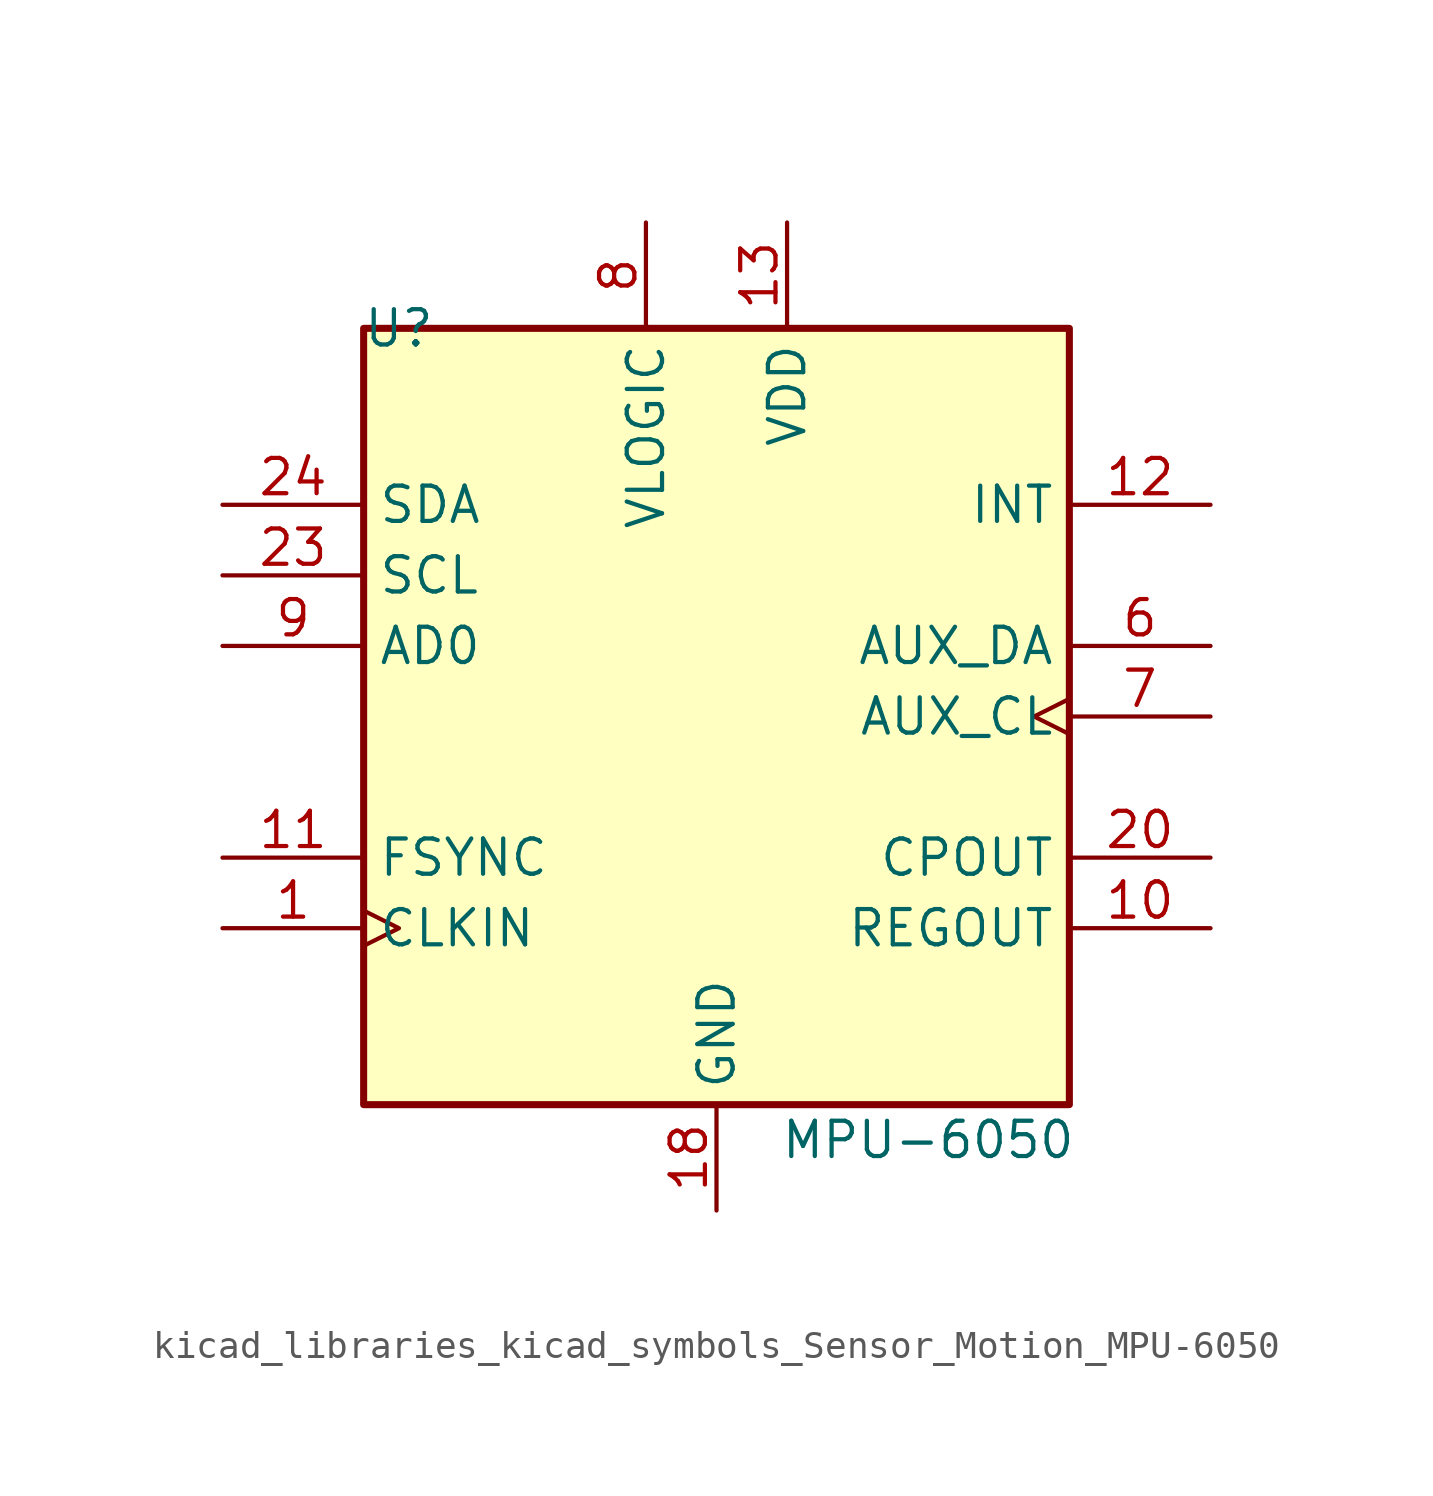
<source format=kicad_sym>
(kicad_symbol_lib
  (version 20220914)
  (generator kicad_symbol_editor)
  (symbol "kicad_libraries_kicad_symbols_Sensor_Motion_MPU-6050"
    (property "Reference" "U"
      (at -11.43 13.97 0)
      (effects (font (size 1.27 1.27))))
    (property "Value" "MPU-6050"
      (at 7.62 -15.24 0)
      (effects (font (size 1.27 1.27))))
    (symbol "kicad_libraries_kicad_symbols_Sensor_Motion_MPU-6050_0_0"
      (text "" (at 12.7 -2.54 0) (effects (font (size 1.27 1.27)))))
    (symbol "kicad_libraries_kicad_symbols_Sensor_Motion_MPU-6050_0_1"
      (rectangle (start -12.7 13.97) (end 12.7 -13.97) (stroke (width 0.254) (type default)) (fill (type background))))
    (symbol "kicad_libraries_kicad_symbols_Sensor_Motion_MPU-6050_1_1"
      (pin input clock (at -17.78 -7.62 0) (length 5.08) (name "CLKIN" (effects (font (size 1.27 1.27)))) (number "1" (effects (font (size 1.27 1.27)))))
      (pin passive line (at 17.78 -7.62 180) (length 5.08) (name "REGOUT" (effects (font (size 1.27 1.27)))) (number "10" (effects (font (size 1.27 1.27)))))
      (pin input line (at -17.78 -5.08 0) (length 5.08) (name "FSYNC" (effects (font (size 1.27 1.27)))) (number "11" (effects (font (size 1.27 1.27)))))
      (pin output line (at 17.78 7.62 180) (length 5.08) (name "INT" (effects (font (size 1.27 1.27)))) (number "12" (effects (font (size 1.27 1.27)))))
      (pin power_in line (at 2.54 17.78 270) (length 3.81) (name "VDD" (effects (font (size 1.27 1.27)))) (number "13" (effects (font (size 1.27 1.27)))))
      (pin no_connect line (at -12.7 -10.16 0) (length 2.54) hide (name "NC" (effects (font (size 1.27 1.27)))) (number "14" (effects (font (size 1.27 1.27)))))
      (pin no_connect line (at 12.7 12.7 180) (length 2.54) hide (name "NC" (effects (font (size 1.27 1.27)))) (number "15" (effects (font (size 1.27 1.27)))))
      (pin no_connect line (at 12.7 10.16 180) (length 2.54) hide (name "NC" (effects (font (size 1.27 1.27)))) (number "16" (effects (font (size 1.27 1.27)))))
      (pin no_connect line (at 12.7 5.08 180) (length 2.54) hide (name "NC" (effects (font (size 1.27 1.27)))) (number "17" (effects (font (size 1.27 1.27)))))
      (pin power_in line (at 0 -17.78 90) (length 3.81) (name "GND" (effects (font (size 1.27 1.27)))) (number "18" (effects (font (size 1.27 1.27)))))
      (pin no_connect line (at 12.7 -10.16 180) (length 2.54) hide (name "RESV" (effects (font (size 1.27 1.27)))) (number "19" (effects (font (size 1.27 1.27)))))
      (pin no_connect line (at -12.7 12.7 0) (length 2.54) hide (name "NC" (effects (font (size 1.27 1.27)))) (number "2" (effects (font (size 1.27 1.27)))))
      (pin passive line (at 17.78 -5.08 180) (length 5.08) (name "CPOUT" (effects (font (size 1.27 1.27)))) (number "20" (effects (font (size 1.27 1.27)))))
      (pin no_connect line (at 12.7 -2.54 180) (length 2.54) hide (name "RESV" (effects (font (size 1.27 1.27)))) (number "21" (effects (font (size 1.27 1.27)))))
      (pin no_connect line (at 12.7 -12.7 180) (length 2.54) hide (name "RESV" (effects (font (size 1.27 1.27)))) (number "22" (effects (font (size 1.27 1.27)))))
      (pin input line (at -17.78 5.08 0) (length 5.08) (name "SCL" (effects (font (size 1.27 1.27)))) (number "23" (effects (font (size 1.27 1.27)))))
      (pin bidirectional line (at -17.78 7.62 0) (length 5.08) (name "SDA" (effects (font (size 1.27 1.27)))) (number "24" (effects (font (size 1.27 1.27)))))
      (pin no_connect line (at -12.7 10.16 0) (length 2.54) hide (name "NC" (effects (font (size 1.27 1.27)))) (number "3" (effects (font (size 1.27 1.27)))))
      (pin no_connect line (at -12.7 0 0) (length 2.54) hide (name "NC" (effects (font (size 1.27 1.27)))) (number "4" (effects (font (size 1.27 1.27)))))
      (pin no_connect line (at -12.7 -2.54 0) (length 2.54) hide (name "NC" (effects (font (size 1.27 1.27)))) (number "5" (effects (font (size 1.27 1.27)))))
      (pin bidirectional line (at 17.78 2.54 180) (length 5.08) (name "AUX_DA" (effects (font (size 1.27 1.27)))) (number "6" (effects (font (size 1.27 1.27)))))
      (pin output clock (at 17.78 0 180) (length 5.08) (name "AUX_CL" (effects (font (size 1.27 1.27)))) (number "7" (effects (font (size 1.27 1.27)))))
      (pin power_in line (at -2.54 17.78 270) (length 3.81) (name "VLOGIC" (effects (font (size 1.27 1.27)))) (number "8" (effects (font (size 1.27 1.27)))))
      (pin input line (at -17.78 2.54 0) (length 5.08) (name "AD0" (effects (font (size 1.27 1.27)))) (number "9" (effects (font (size 1.27 1.27))))))))
</source>
